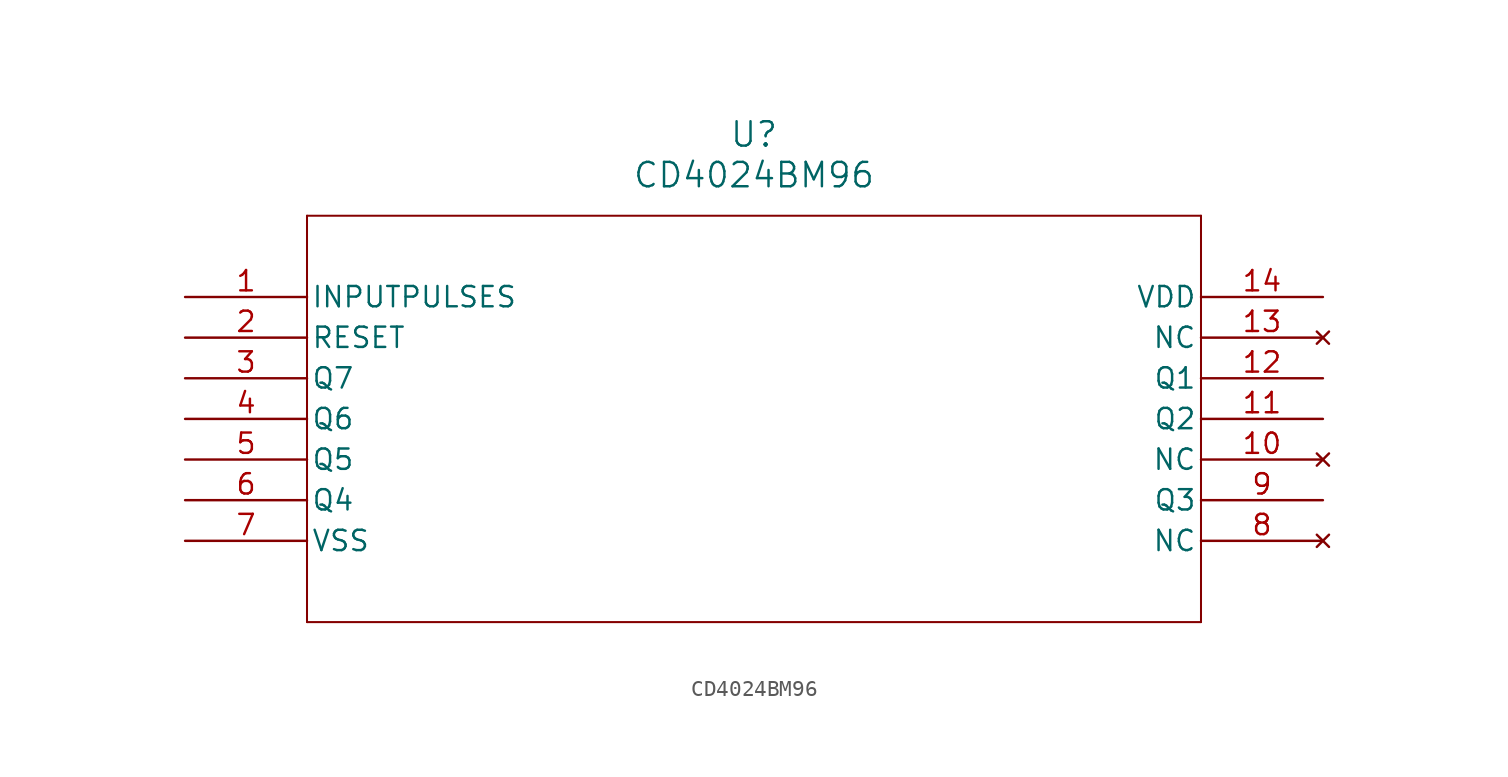
<source format=kicad_sym>
(kicad_symbol_lib
  (version 20211014)
  (generator kicad_symbol_editor)
  (symbol "CD4024BM96"
    (pin_names
      (offset 0.254))
    (property "Reference" "U"
      (at 35.56 10.16 0)
      (effects (font (size 1.524 1.524))))
    (property "Value" "CD4024BM96"
      (at 35.56 7.62 0)
      (effects (font (size 1.524 1.524))))
    (symbol "CD4024BM96_0_1"
      (polyline (pts (xy 7.62 5.08) (xy 7.62 -20.32)) (stroke (width 0.127) (type default) (color 0 0 0 0)) (fill (type none)))
      (polyline (pts (xy 7.62 -20.32) (xy 63.5 -20.32)) (stroke (width 0.127) (type default) (color 0 0 0 0)) (fill (type none)))
      (polyline (pts (xy 63.5 -20.32) (xy 63.5 5.08)) (stroke (width 0.127) (type default) (color 0 0 0 0)) (fill (type none)))
      (polyline (pts (xy 63.5 5.08) (xy 7.62 5.08)) (stroke (width 0.127) (type default) (color 0 0 0 0)) (fill (type none)))
      (pin input line (at 0 0 0) (length 7.62) (name "INPUTPULSES" (effects (font (size 1.27 1.27)))) (number "1" (effects (font (size 1.27 1.27)))))
      (pin unspecified line (at 0 -2.54 0) (length 7.62) (name "RESET" (effects (font (size 1.27 1.27)))) (number "2" (effects (font (size 1.27 1.27)))))
      (pin unspecified line (at 0 -5.08 0) (length 7.62) (name "Q7" (effects (font (size 1.27 1.27)))) (number "3" (effects (font (size 1.27 1.27)))))
      (pin unspecified line (at 0 -7.62 0) (length 7.62) (name "Q6" (effects (font (size 1.27 1.27)))) (number "4" (effects (font (size 1.27 1.27)))))
      (pin unspecified line (at 0 -10.16 0) (length 7.62) (name "Q5" (effects (font (size 1.27 1.27)))) (number "5" (effects (font (size 1.27 1.27)))))
      (pin unspecified line (at 0 -12.7 0) (length 7.62) (name "Q4" (effects (font (size 1.27 1.27)))) (number "6" (effects (font (size 1.27 1.27)))))
      (pin power_in line (at 0 -15.24 0) (length 7.62) (name "VSS" (effects (font (size 1.27 1.27)))) (number "7" (effects (font (size 1.27 1.27)))))
      (pin no_connect line (at 71.12 -15.24 180) (length 7.62) (name "NC" (effects (font (size 1.27 1.27)))) (number "8" (effects (font (size 1.27 1.27)))))
      (pin unspecified line (at 71.12 -12.7 180) (length 7.62) (name "Q3" (effects (font (size 1.27 1.27)))) (number "9" (effects (font (size 1.27 1.27)))))
      (pin no_connect line (at 71.12 -10.16 180) (length 7.62) (name "NC" (effects (font (size 1.27 1.27)))) (number "10" (effects (font (size 1.27 1.27)))))
      (pin unspecified line (at 71.12 -7.62 180) (length 7.62) (name "Q2" (effects (font (size 1.27 1.27)))) (number "11" (effects (font (size 1.27 1.27)))))
      (pin unspecified line (at 71.12 -5.08 180) (length 7.62) (name "Q1" (effects (font (size 1.27 1.27)))) (number "12" (effects (font (size 1.27 1.27)))))
      (pin no_connect line (at 71.12 -2.54 180) (length 7.62) (name "NC" (effects (font (size 1.27 1.27)))) (number "13" (effects (font (size 1.27 1.27)))))
      (pin power_in line (at 71.12 0 180) (length 7.62) (name "VDD" (effects (font (size 1.27 1.27)))) (number "14" (effects (font (size 1.27 1.27))))))))
</source>
